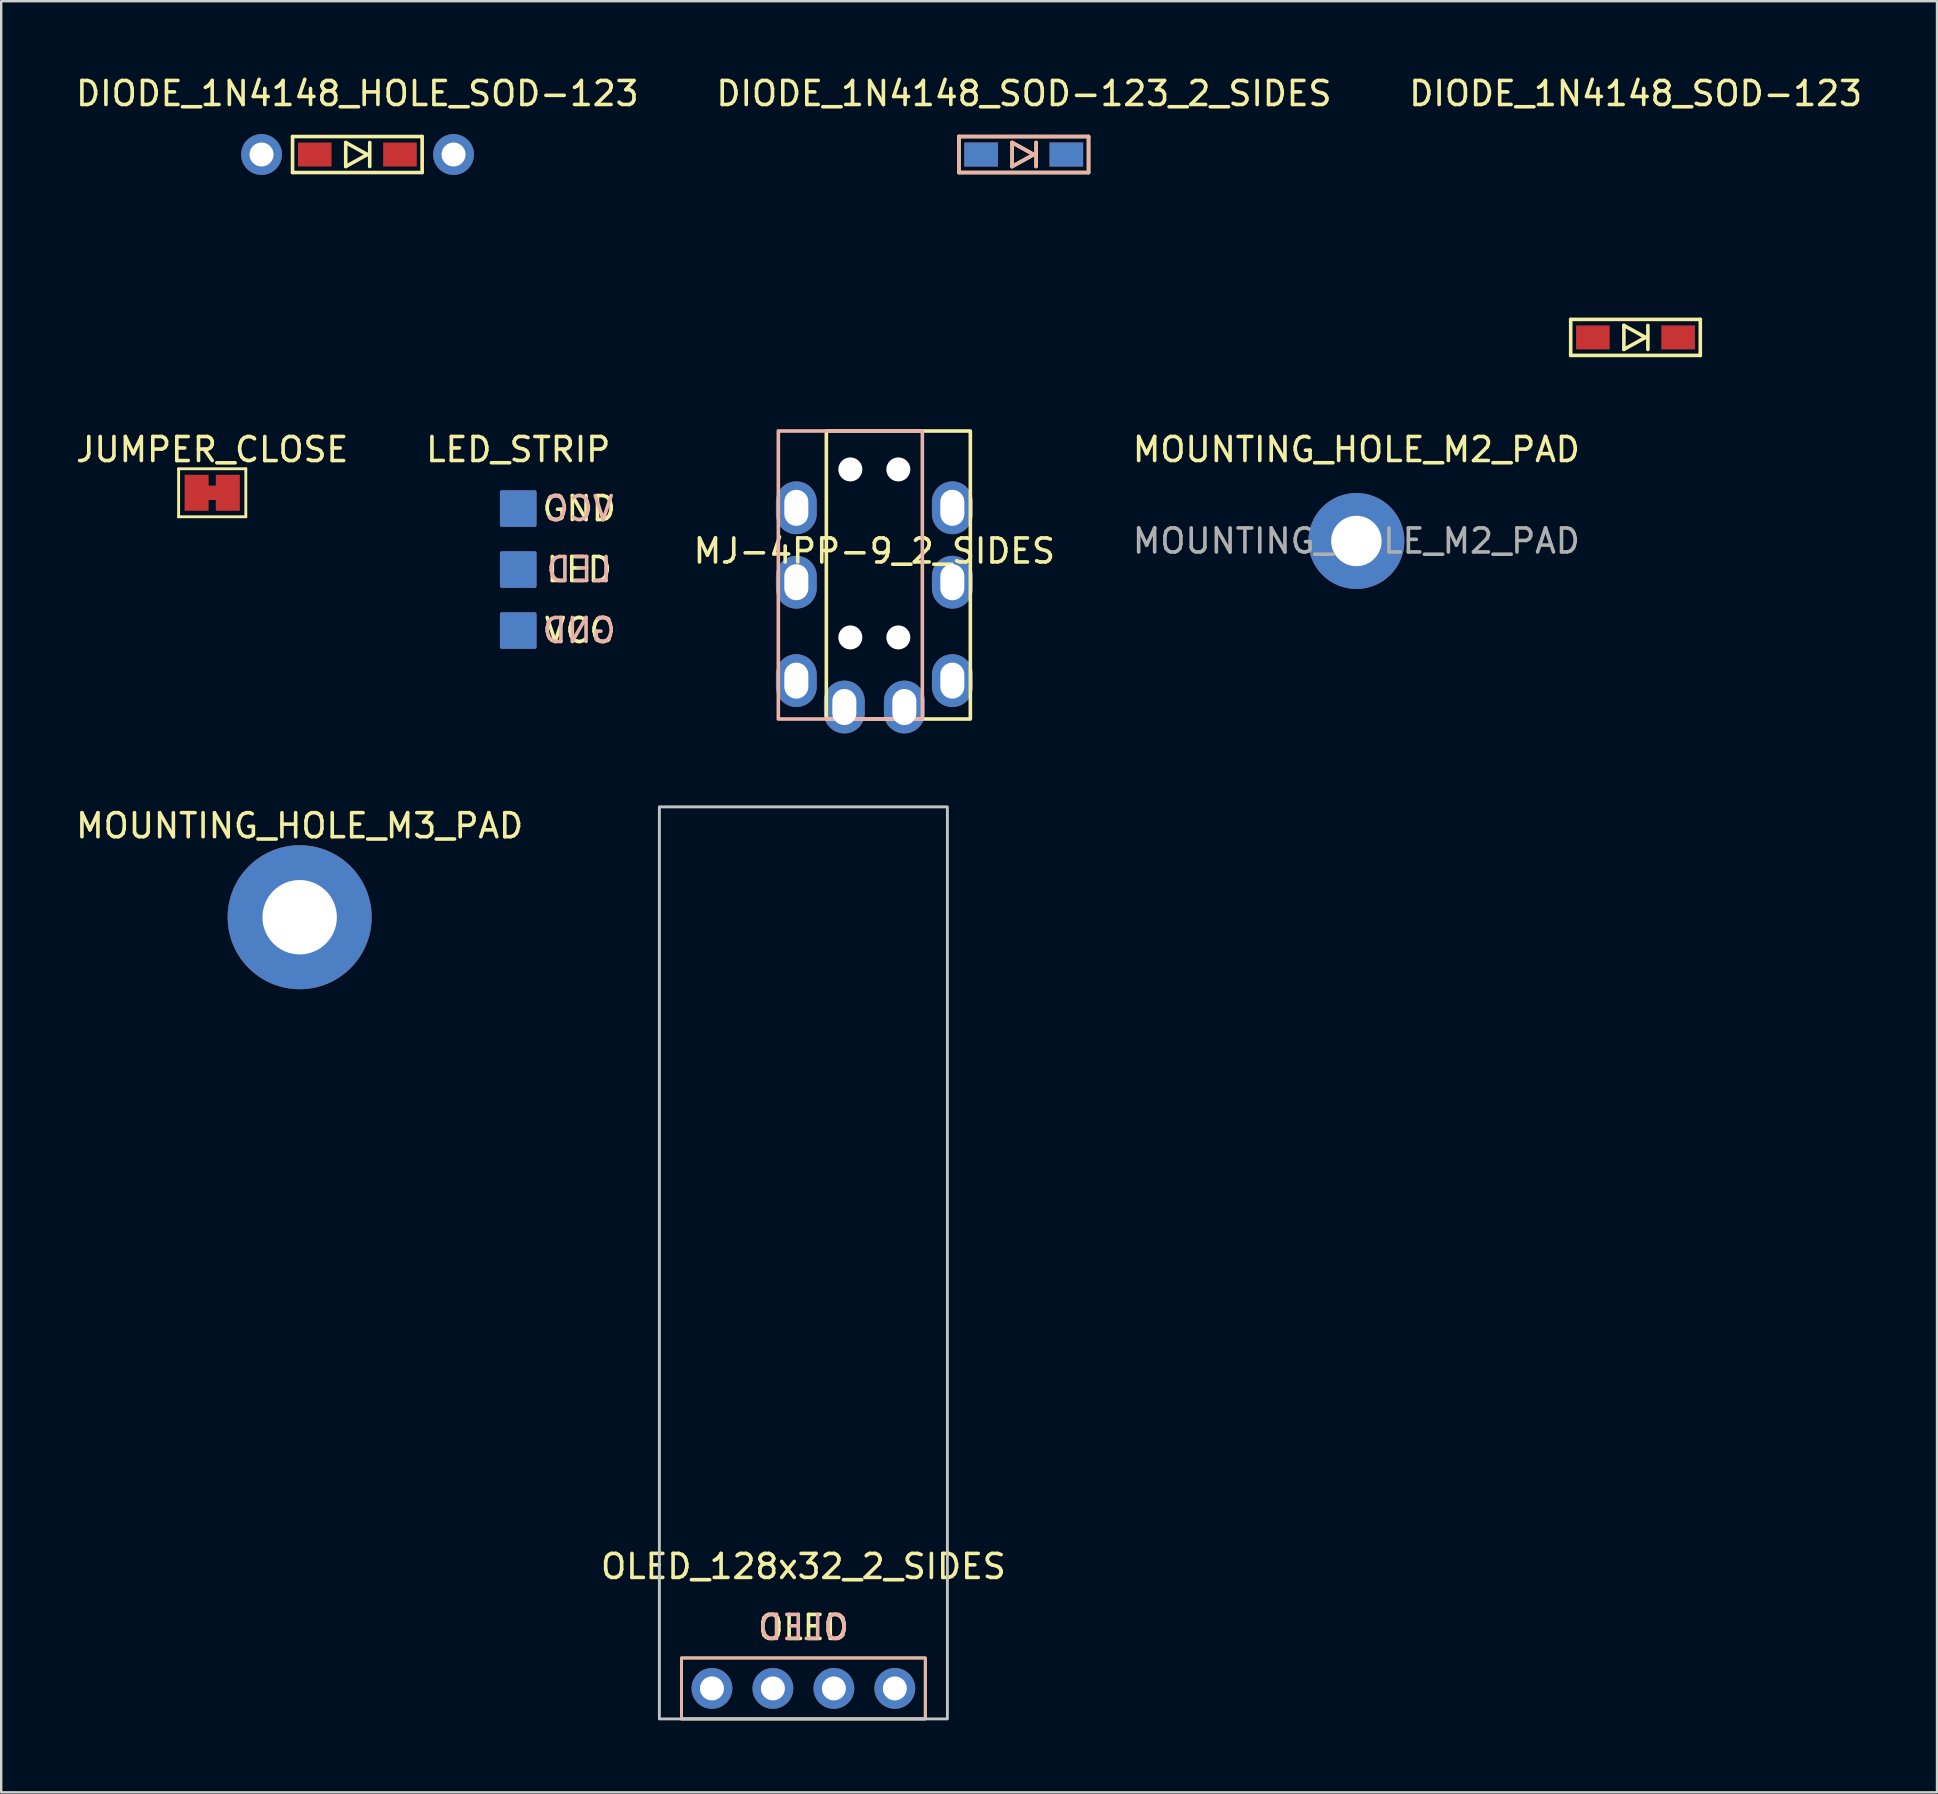
<source format=kicad_pcb>
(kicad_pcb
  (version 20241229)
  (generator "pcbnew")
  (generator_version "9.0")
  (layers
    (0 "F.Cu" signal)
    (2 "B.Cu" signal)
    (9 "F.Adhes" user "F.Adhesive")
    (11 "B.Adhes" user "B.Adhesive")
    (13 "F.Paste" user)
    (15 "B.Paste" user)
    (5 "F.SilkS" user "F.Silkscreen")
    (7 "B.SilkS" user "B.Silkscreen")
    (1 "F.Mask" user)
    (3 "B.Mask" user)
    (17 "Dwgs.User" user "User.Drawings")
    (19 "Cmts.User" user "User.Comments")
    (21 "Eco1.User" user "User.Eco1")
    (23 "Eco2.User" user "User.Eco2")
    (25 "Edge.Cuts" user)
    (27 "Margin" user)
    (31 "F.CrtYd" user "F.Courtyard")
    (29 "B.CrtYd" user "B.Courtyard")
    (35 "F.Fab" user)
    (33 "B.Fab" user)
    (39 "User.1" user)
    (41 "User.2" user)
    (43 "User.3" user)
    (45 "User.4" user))
  (footprint "MOUNTING_HOLE_M2_PAD"
    (layer "F.Cu")
    (at 53.463 19.491)
    (property "Reference" "MOUNTING_HOLE_M2_PAD" (at 0 -3.81 0) (unlocked yes) (layer "F.SilkS") (effects (font (size 1 1) (thickness 0.15))))
    (attr through_hole)
    (fp_text user "${REFERENCE}" (at 0 0 0) (unlocked yes) (layer "F.Fab") (effects (font (size 1 1) (thickness 0.15))))
    (pad "1" thru_hole circle (at 0 0) (size 4 4) (drill 2.1) (layers "*.Cu" "*.Mask")))
  (footprint "LED_STRIP"
    (layer "F.Cu")
    (at 18.542 20.681)
    (property "Reference" "LED_STRIP" (at 0 -5 0) (unlocked yes) (layer "F.SilkS") (effects (font (size 1 1) (thickness 0.15))))
    (attr smd)
    (fp_text user "GND" (at 2.54 -2.54 0) (unlocked yes) (layer "F.SilkS") (effects (font (size 1 1) (thickness 0.15))))
    (fp_text user "LED" (at 2.54 0 0) (unlocked yes) (layer "F.SilkS") (effects (font (size 1 1) (thickness 0.15))))
    (fp_text user "VCC" (at 2.54 2.54 0) (unlocked yes) (layer "F.SilkS") (effects (font (size 1 1) (thickness 0.15))))
    (fp_text user "VCC" (at 2.54 -2.54 0) (unlocked yes) (layer "B.SilkS") (effects (font (size 1 1) (thickness 0.15)) (justify mirror)))
    (fp_text user "GND" (at 2.54 2.54 0) (unlocked yes) (layer "B.SilkS") (effects (font (size 1 1) (thickness 0.15)) (justify mirror)))
    (fp_text user "LED" (at 2.54 0 0) (unlocked yes) (layer "B.SilkS") (effects (font (size 1 1) (thickness 0.15)) (justify mirror)))
    (pad "1" smd roundrect (at 0 -2.54) (size 1.524 1.524) (layers "F.Cu" "F.Mask" "F.Paste") (roundrect_rratio 0.05))
    (pad "1" smd roundrect (at 0 2.54) (size 1.524 1.524) (layers "B.Cu" "B.Mask" "B.Paste") (roundrect_rratio 0.05))
    (pad "2" smd roundrect (at 0 0) (size 1.524 1.524) (layers "F.Cu" "F.Mask" "F.Paste") (roundrect_rratio 0.05))
    (pad "2" smd roundrect (at 0 0) (size 1.524 1.524) (layers "B.Cu" "B.Mask" "B.Paste") (roundrect_rratio 0.05))
    (pad "3" smd roundrect (at 0 -2.54) (size 1.524 1.524) (layers "B.Cu" "B.Mask" "B.Paste") (roundrect_rratio 0.05))
    (pad "3" smd roundrect (at 0 2.54) (size 1.524 1.524) (layers "F.Cu" "F.Mask" "F.Paste") (roundrect_rratio 0.05)))
  (footprint "MOUNTING_HOLE_M3_PAD"
    (layer "F.Cu")
    (at 9.435 35.166)
    (property "Reference" "MOUNTING_HOLE_M3_PAD" (at 0 -3.81 0) (unlocked yes) (layer "F.SilkS") (effects (font (size 1 1) (thickness 0.15))))
    (attr through_hole)
    (pad "1" thru_hole circle (at 0 0) (size 6 6) (drill 3.1) (layers "*.Cu" "*.Mask")))
  (footprint "OLED_128x32_2_SIDES"
    (layer "F.Cu")
    (at 30.423 67.298)
    (property "Reference" "OLED_128x32_2_SIDES" (at 0 -5.08 0) (unlocked yes) (layer "F.SilkS") (effects (font (size 1 1) (thickness 0.15))))
    (attr through_hole)
    (fp_rect (start -5.08 -1.27) (end 5.08 1.27) (stroke (width 0.12) (type solid)) (fill no) (layer "F.SilkS"))
    (fp_rect (start -5.08 -1.27) (end 5.08 1.27) (stroke (width 0.12) (type solid)) (fill no) (layer "B.SilkS"))
    (fp_rect (start -6 -36.73) (end 6 1.27) (stroke (width 0.12) (type solid)) (fill no) (layer "Dwgs.User"))
    (fp_text user "OLED" (at 0 -2.54 0) (unlocked yes) (layer "F.SilkS") (effects (font (size 1 1) (thickness 0.15))))
    (fp_text user "OLED" (at 0 -2.54 0) (unlocked yes) (layer "B.SilkS") (effects (font (size 1 1) (thickness 0.15)) (justify mirror)))
    (pad "1" thru_hole circle (at -3.81 0) (size 1.7 1.7) (drill 1) (layers "*.Cu" "*.Mask"))
    (pad "2" thru_hole circle (at -1.27 0) (size 1.7 1.7) (drill 1) (layers "*.Cu" "*.Mask"))
    (pad "3" thru_hole circle (at 1.27 0) (size 1.7 1.7) (drill 1) (layers "*.Cu" "*.Mask"))
    (pad "4" thru_hole circle (at 3.81 0) (size 1.7 1.7) (drill 1) (layers "*.Cu" "*.Mask")))
  (footprint "DIODE_1N4148_SOD-123"
    (layer "F.Cu")
    (at 65.101 11.008)
    (property "Reference" "DIODE_1N4148_SOD-123" (at 0 -10.16 0) (unlocked yes) (layer "F.SilkS") (effects (font (size 1 1) (thickness 0.15))))
    (attr smd)
    (fp_line (start -2.708 -0.75) (end -2.708 0.75) (stroke (width 0.15) (type solid)) (layer "F.SilkS"))
    (fp_line (start -2.708 0.75) (end 2.692 0.75) (stroke (width 0.15) (type solid)) (layer "F.SilkS"))
    (fp_line (start -0.492 -0.5) (end 0.408 0) (stroke (width 0.15) (type solid)) (layer "F.SilkS"))
    (fp_line (start -0.492 0.5) (end -0.492 -0.5) (stroke (width 0.15) (type solid)) (layer "F.SilkS"))
    (fp_line (start 0.408 0) (end -0.492 0.5) (stroke (width 0.15) (type solid)) (layer "F.SilkS"))
    (fp_line (start 0.508 0.5) (end 0.508 -0.5) (stroke (width 0.15) (type solid)) (layer "F.SilkS"))
    (fp_line (start 2.692 -0.75) (end -2.708 -0.75) (stroke (width 0.15) (type solid)) (layer "F.SilkS"))
    (fp_line (start 2.692 -0.75) (end 2.692 0.75) (stroke (width 0.15) (type solid)) (layer "F.SilkS"))
    (pad "1" smd rect (at -1.783 0) (size 1.4 1) (layers "F.Cu" "F.Mask" "F.Paste"))
    (pad "2" smd rect (at 1.767 0) (size 1.4 1) (layers "F.Cu" "F.Mask" "F.Paste")))
  (footprint "JUMPER_CLOSE"
    (layer "F.Cu")
    (at 5.792 17.482)
    (property "Reference" "JUMPER_CLOSE" (at 0 -1.8 0) (layer "F.SilkS") (effects (font (size 1 1) (thickness 0.15))))
    (attr smd exclude_from_pos_files exclude_from_bom)
    (fp_poly (pts (xy -0.25 -0.3) (xy 0.25 -0.3) (xy 0.25 0.3) (xy -0.25 0.3)) (stroke (width 0) (type solid)) (fill yes) (layer "F.Cu"))
    (fp_line (start -1.4 -1) (end 1.4 -1) (stroke (width 0.12) (type solid)) (layer "F.SilkS"))
    (fp_line (start -1.4 1) (end -1.4 -1) (stroke (width 0.12) (type solid)) (layer "F.SilkS"))
    (fp_line (start 1.4 -1) (end 1.4 1) (stroke (width 0.12) (type solid)) (layer "F.SilkS"))
    (fp_line (start 1.4 1) (end -1.4 1) (stroke (width 0.12) (type solid)) (layer "F.SilkS"))
    (pad "1" smd rect (at -0.65 0) (size 1 1.5) (layers "F.Cu" "F.Mask"))
    (pad "2" smd rect (at 0.65 0) (size 1 1.5) (layers "F.Cu" "F.Mask")))
  (footprint "DIODE_1N4148_HOLE_SOD-123"
    (layer "F.Cu")
    (at 11.847 3.388)
    (property "Reference" "DIODE_1N4148_HOLE_SOD-123" (at -0.008 -2.54 0) (unlocked yes) (layer "F.SilkS") (effects (font (size 1 1) (thickness 0.15))))
    (attr smd)
    (fp_line (start -2.708 -0.75) (end -2.708 0.75) (stroke (width 0.15) (type solid)) (layer "F.SilkS"))
    (fp_line (start -2.708 0.75) (end 2.692 0.75) (stroke (width 0.15) (type solid)) (layer "F.SilkS"))
    (fp_line (start -0.492 -0.5) (end 0.408 0) (stroke (width 0.15) (type solid)) (layer "F.SilkS"))
    (fp_line (start -0.492 0.5) (end -0.492 -0.5) (stroke (width 0.15) (type solid)) (layer "F.SilkS"))
    (fp_line (start 0.408 0) (end -0.492 0.5) (stroke (width 0.15) (type solid)) (layer "F.SilkS"))
    (fp_line (start 0.508 0.5) (end 0.508 -0.5) (stroke (width 0.15) (type solid)) (layer "F.SilkS"))
    (fp_line (start 2.692 -0.75) (end -2.708 -0.75) (stroke (width 0.15) (type solid)) (layer "F.SilkS"))
    (fp_line (start 2.692 -0.75) (end 2.692 0.75) (stroke (width 0.15) (type solid)) (layer "F.SilkS"))
    (pad "1" thru_hole circle (at -4 0) (size 1.7 1.7) (drill 1) (layers "*.Cu" "*.Mask"))
    (pad "1" smd rect (at -1.783 0) (size 1.4 1) (layers "F.Cu" "F.Mask" "F.Paste"))
    (pad "2" smd rect (at 1.767 0) (size 1.4 1) (layers "F.Cu" "F.Mask" "F.Paste"))
    (pad "2" thru_hole circle (at 4 0) (size 1.7 1.7) (drill 1) (layers "*.Cu" "*.Mask")))
  (footprint "DIODE_1N4148_SOD-123_2_SIDES"
    (layer "F.Cu")
    (at 39.613 3.388)
    (property "Reference" "DIODE_1N4148_SOD-123_2_SIDES" (at 0 -2.54 0) (unlocked yes) (layer "F.SilkS") (effects (font (size 1 1) (thickness 0.15))))
    (attr smd)
    (fp_line (start -2.708 -0.75) (end -2.708 0.75) (stroke (width 0.15) (type solid)) (layer "F.SilkS"))
    (fp_line (start -2.708 0.75) (end 2.692 0.75) (stroke (width 0.15) (type solid)) (layer "F.SilkS"))
    (fp_line (start -0.492 -0.5) (end 0.408 0) (stroke (width 0.15) (type solid)) (layer "F.SilkS"))
    (fp_line (start -0.492 0.5) (end -0.492 -0.5) (stroke (width 0.15) (type solid)) (layer "F.SilkS"))
    (fp_line (start 0.408 0) (end -0.492 0.5) (stroke (width 0.15) (type solid)) (layer "F.SilkS"))
    (fp_line (start 0.508 0.5) (end 0.508 -0.5) (stroke (width 0.15) (type solid)) (layer "F.SilkS"))
    (fp_line (start 2.692 -0.75) (end -2.708 -0.75) (stroke (width 0.15) (type solid)) (layer "F.SilkS"))
    (fp_line (start 2.692 -0.75) (end 2.692 0.75) (stroke (width 0.15) (type solid)) (layer "F.SilkS"))
    (fp_line (start -2.71 -0.75) (end 2.69 -0.75) (stroke (width 0.15) (type solid)) (layer "B.SilkS"))
    (fp_line (start -2.71 0.75) (end -2.71 -0.75) (stroke (width 0.15) (type solid)) (layer "B.SilkS"))
    (fp_line (start -0.494 -0.5) (end -0.494 0.5) (stroke (width 0.15) (type solid)) (layer "B.SilkS"))
    (fp_line (start -0.494 0.5) (end 0.406 0) (stroke (width 0.15) (type solid)) (layer "B.SilkS"))
    (fp_line (start 0.406 0) (end -0.494 -0.5) (stroke (width 0.15) (type solid)) (layer "B.SilkS"))
    (fp_line (start 0.506 -0.5) (end 0.506 0.5) (stroke (width 0.15) (type solid)) (layer "B.SilkS"))
    (fp_line (start 2.69 0.75) (end -2.71 0.75) (stroke (width 0.15) (type solid)) (layer "B.SilkS"))
    (fp_line (start 2.69 0.75) (end 2.69 -0.75) (stroke (width 0.15) (type solid)) (layer "B.SilkS"))
    (pad "1" smd rect (at -1.785 0 180) (size 1.4 1) (layers "B.Cu" "B.Mask" "B.Paste"))
    (pad "1" smd rect (at -1.783 0) (size 1.4 1) (layers "F.Cu" "F.Mask" "F.Paste"))
    (pad "2" smd rect (at 1.765 0 180) (size 1.4 1) (layers "B.Cu" "B.Mask" "B.Paste"))
    (pad "2" smd rect (at 1.767 0) (size 1.4 1) (layers "F.Cu" "F.Mask" "F.Paste")))
  (footprint "MJ-4PP-9_2_SIDES"
    (layer "F.Cu")
    (at 33.379 20.908)
    (property "Reference" "MJ-4PP-9_2_SIDES" (at 0 -1 0) (unlocked yes) (layer "F.SilkS") (effects (font (size 1 1) (thickness 0.15))))
    (attr through_hole)
    (fp_rect (start -2 -6) (end 4 6) (stroke (width 0.15) (type solid)) (fill no) (layer "F.SilkS"))
    (fp_rect (start 2 -6) (end -4 6) (stroke (width 0.15) (type solid)) (fill no) (layer "B.SilkS"))
    (pad "" np_thru_hole circle (at -1 -4.4) (size 1 1) (drill 1) (layers "*.Cu" "*.Mask"))
    (pad "" np_thru_hole circle (at -1 2.6) (size 1 1) (drill 1) (layers "*.Cu" "*.Mask"))
    (pad "" np_thru_hole circle (at 1 -4.4) (size 1 1) (drill 1) (layers "*.Cu" "*.Mask"))
    (pad "" np_thru_hole circle (at 1 2.6) (size 1 1) (drill 1) (layers "*.Cu" "*.Mask"))
    (pad "1" thru_hole oval (at -1.25 5.5) (size 1.7 2.2) (drill oval 1 1.5) (layers "*.Cu" "*.Mask"))
    (pad "1" thru_hole oval (at 1.25 5.5) (size 1.7 2.2) (drill oval 1 1.5) (layers "*.Cu" "*.Mask"))
    (pad "2" thru_hole oval (at -3.25 4.4) (size 1.7 2.2) (drill oval 1 1.5) (layers "*.Cu" "*.Mask"))
    (pad "2" thru_hole oval (at 3.25 4.4) (size 1.7 2.2) (drill oval 1 1.5) (layers "*.Cu" "*.Mask"))
    (pad "3" thru_hole oval (at -3.25 0.3) (size 1.7 2.2) (drill oval 1 1.5) (layers "*.Cu" "*.Mask"))
    (pad "3" thru_hole oval (at 3.25 0.3) (size 1.7 2.2) (drill oval 1 1.5) (layers "*.Cu" "*.Mask"))
    (pad "4" thru_hole oval (at -3.25 -2.8) (size 1.7 2.2) (drill oval 1 1.5) (layers "*.Cu" "*.Mask"))
    (pad "4" thru_hole oval (at 3.25 -2.8) (size 1.7 2.2) (drill oval 1 1.5) (layers "*.Cu" "*.Mask")))
  (gr_rect
    (start -3 -3)
    (end 77.655 71.628)
    (stroke (width 0.1) (type default))
    (fill no)
    (layer "Edge.Cuts")))
</source>
